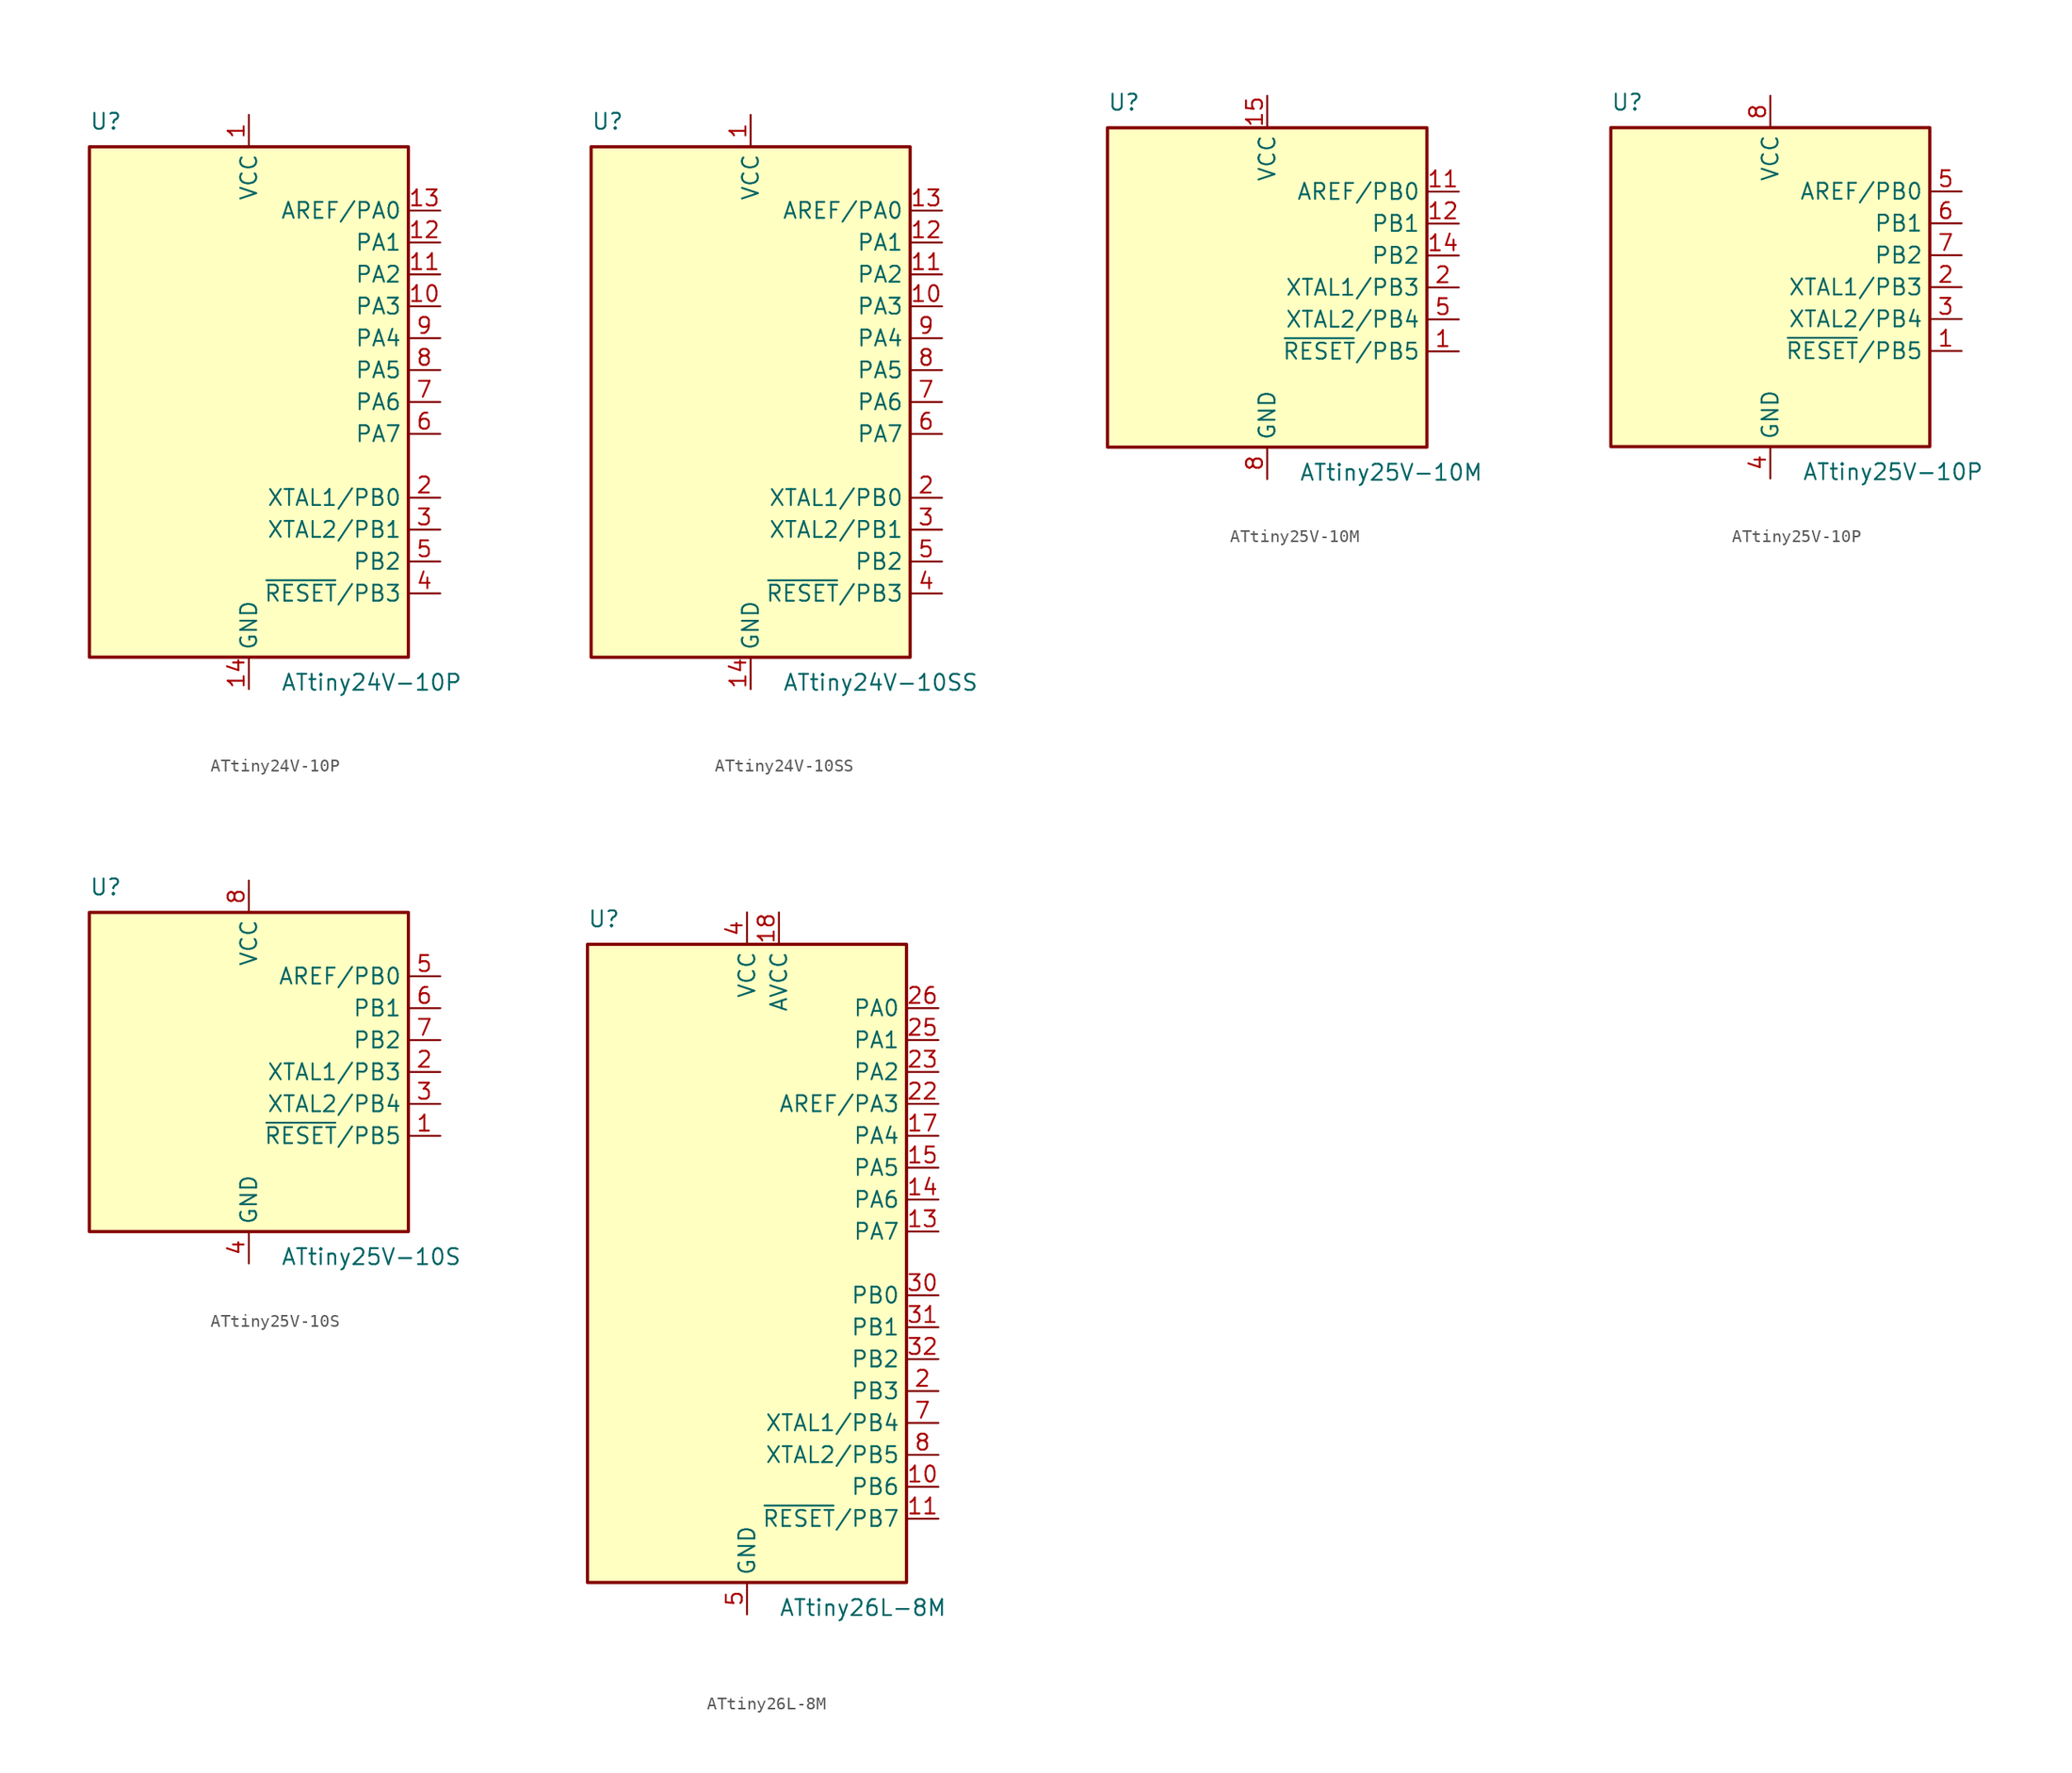
<source format=kicad_sym>
(kicad_symbol_lib
  (version 20201005)
  (generator kicad_symbol_editor)
  (symbol "ATtiny24V-10P"
    (property "Reference" "U"
      (at -12.7 21.59 0)
      (effects (font (size 1.27 1.27)) (justify left bottom)))
    (property "Value" "ATtiny24V-10P"
      (at 2.54 -21.59 0)
      (effects (font (size 1.27 1.27)) (justify left top)))
    (symbol "ATtiny24V-10P_0_1"
      (rectangle (start -12.7 -20.32) (end 12.7 20.32) (stroke (width 0.254)) (fill (type background))))
    (symbol "ATtiny24V-10P_1_1"
      (pin power_in line (at 0 22.86 270) (length 2.54) (name "VCC" (effects (font (size 1.27 1.27)))) (number "1" (effects (font (size 1.27 1.27)))))
      (pin bidirectional line (at 15.24 7.62 180) (length 2.54) (name "PA3" (effects (font (size 1.27 1.27)))) (number "10" (effects (font (size 1.27 1.27)))))
      (pin bidirectional line (at 15.24 10.16 180) (length 2.54) (name "PA2" (effects (font (size 1.27 1.27)))) (number "11" (effects (font (size 1.27 1.27)))))
      (pin bidirectional line (at 15.24 12.7 180) (length 2.54) (name "PA1" (effects (font (size 1.27 1.27)))) (number "12" (effects (font (size 1.27 1.27)))))
      (pin bidirectional line (at 15.24 15.24 180) (length 2.54) (name "AREF/PA0" (effects (font (size 1.27 1.27)))) (number "13" (effects (font (size 1.27 1.27)))))
      (pin power_in line (at 0 -22.86 90) (length 2.54) (name "GND" (effects (font (size 1.27 1.27)))) (number "14" (effects (font (size 1.27 1.27)))))
      (pin bidirectional line (at 15.24 -7.62 180) (length 2.54) (name "XTAL1/PB0" (effects (font (size 1.27 1.27)))) (number "2" (effects (font (size 1.27 1.27)))))
      (pin bidirectional line (at 15.24 -10.16 180) (length 2.54) (name "XTAL2/PB1" (effects (font (size 1.27 1.27)))) (number "3" (effects (font (size 1.27 1.27)))))
      (pin bidirectional line (at 15.24 -15.24 180) (length 2.54) (name "~RESET~/PB3" (effects (font (size 1.27 1.27)))) (number "4" (effects (font (size 1.27 1.27)))))
      (pin bidirectional line (at 15.24 -12.7 180) (length 2.54) (name "PB2" (effects (font (size 1.27 1.27)))) (number "5" (effects (font (size 1.27 1.27)))))
      (pin bidirectional line (at 15.24 -2.54 180) (length 2.54) (name "PA7" (effects (font (size 1.27 1.27)))) (number "6" (effects (font (size 1.27 1.27)))))
      (pin bidirectional line (at 15.24 0 180) (length 2.54) (name "PA6" (effects (font (size 1.27 1.27)))) (number "7" (effects (font (size 1.27 1.27)))))
      (pin bidirectional line (at 15.24 2.54 180) (length 2.54) (name "PA5" (effects (font (size 1.27 1.27)))) (number "8" (effects (font (size 1.27 1.27)))))
      (pin bidirectional line (at 15.24 5.08 180) (length 2.54) (name "PA4" (effects (font (size 1.27 1.27)))) (number "9" (effects (font (size 1.27 1.27)))))))
  (symbol "ATtiny24V-10SS"
    (property "Reference" "U"
      (at -12.7 21.59 0)
      (effects (font (size 1.27 1.27)) (justify left bottom)))
    (property "Value" "ATtiny24V-10SS"
      (at 2.54 -21.59 0)
      (effects (font (size 1.27 1.27)) (justify left top)))
    (symbol "ATtiny24V-10SS_0_1"
      (rectangle (start -12.7 -20.32) (end 12.7 20.32) (stroke (width 0.254)) (fill (type background))))
    (symbol "ATtiny24V-10SS_1_1"
      (pin power_in line (at 0 22.86 270) (length 2.54) (name "VCC" (effects (font (size 1.27 1.27)))) (number "1" (effects (font (size 1.27 1.27)))))
      (pin bidirectional line (at 15.24 7.62 180) (length 2.54) (name "PA3" (effects (font (size 1.27 1.27)))) (number "10" (effects (font (size 1.27 1.27)))))
      (pin bidirectional line (at 15.24 10.16 180) (length 2.54) (name "PA2" (effects (font (size 1.27 1.27)))) (number "11" (effects (font (size 1.27 1.27)))))
      (pin bidirectional line (at 15.24 12.7 180) (length 2.54) (name "PA1" (effects (font (size 1.27 1.27)))) (number "12" (effects (font (size 1.27 1.27)))))
      (pin bidirectional line (at 15.24 15.24 180) (length 2.54) (name "AREF/PA0" (effects (font (size 1.27 1.27)))) (number "13" (effects (font (size 1.27 1.27)))))
      (pin power_in line (at 0 -22.86 90) (length 2.54) (name "GND" (effects (font (size 1.27 1.27)))) (number "14" (effects (font (size 1.27 1.27)))))
      (pin bidirectional line (at 15.24 -7.62 180) (length 2.54) (name "XTAL1/PB0" (effects (font (size 1.27 1.27)))) (number "2" (effects (font (size 1.27 1.27)))))
      (pin bidirectional line (at 15.24 -10.16 180) (length 2.54) (name "XTAL2/PB1" (effects (font (size 1.27 1.27)))) (number "3" (effects (font (size 1.27 1.27)))))
      (pin bidirectional line (at 15.24 -15.24 180) (length 2.54) (name "~RESET~/PB3" (effects (font (size 1.27 1.27)))) (number "4" (effects (font (size 1.27 1.27)))))
      (pin bidirectional line (at 15.24 -12.7 180) (length 2.54) (name "PB2" (effects (font (size 1.27 1.27)))) (number "5" (effects (font (size 1.27 1.27)))))
      (pin bidirectional line (at 15.24 -2.54 180) (length 2.54) (name "PA7" (effects (font (size 1.27 1.27)))) (number "6" (effects (font (size 1.27 1.27)))))
      (pin bidirectional line (at 15.24 0 180) (length 2.54) (name "PA6" (effects (font (size 1.27 1.27)))) (number "7" (effects (font (size 1.27 1.27)))))
      (pin bidirectional line (at 15.24 2.54 180) (length 2.54) (name "PA5" (effects (font (size 1.27 1.27)))) (number "8" (effects (font (size 1.27 1.27)))))
      (pin bidirectional line (at 15.24 5.08 180) (length 2.54) (name "PA4" (effects (font (size 1.27 1.27)))) (number "9" (effects (font (size 1.27 1.27)))))))
  (symbol "ATtiny25V-10M"
    (property "Reference" "U"
      (at -12.7 13.97 0)
      (effects (font (size 1.27 1.27)) (justify left bottom)))
    (property "Value" "ATtiny25V-10M"
      (at 2.54 -13.97 0)
      (effects (font (size 1.27 1.27)) (justify left top)))
    (symbol "ATtiny25V-10M_0_1"
      (rectangle (start -12.7 -12.7) (end 12.7 12.7) (stroke (width 0.254)) (fill (type background))))
    (symbol "ATtiny25V-10M_1_1"
      (pin bidirectional line (at 15.24 -5.08 180) (length 2.54) (name "~RESET~/PB5" (effects (font (size 1.27 1.27)))) (number "1" (effects (font (size 1.27 1.27)))))
      (pin no_connect line (at -12.7 -2.54 0) (length 2.54) hide (name "NC" (effects (font (size 1.27 1.27)))) (number "10" (effects (font (size 1.27 1.27)))))
      (pin bidirectional line (at 15.24 7.62 180) (length 2.54) (name "AREF/PB0" (effects (font (size 1.27 1.27)))) (number "11" (effects (font (size 1.27 1.27)))))
      (pin bidirectional line (at 15.24 5.08 180) (length 2.54) (name "PB1" (effects (font (size 1.27 1.27)))) (number "12" (effects (font (size 1.27 1.27)))))
      (pin no_connect line (at -12.7 -5.08 0) (length 2.54) hide (name "NC" (effects (font (size 1.27 1.27)))) (number "13" (effects (font (size 1.27 1.27)))))
      (pin bidirectional line (at 15.24 2.54 180) (length 2.54) (name "PB2" (effects (font (size 1.27 1.27)))) (number "14" (effects (font (size 1.27 1.27)))))
      (pin power_in line (at 0 15.24 270) (length 2.54) (name "VCC" (effects (font (size 1.27 1.27)))) (number "15" (effects (font (size 1.27 1.27)))))
      (pin no_connect line (at -12.7 -7.62 0) (length 2.54) hide (name "NC" (effects (font (size 1.27 1.27)))) (number "16" (effects (font (size 1.27 1.27)))))
      (pin no_connect line (at -12.7 -10.16 0) (length 2.54) hide (name "NC" (effects (font (size 1.27 1.27)))) (number "17" (effects (font (size 1.27 1.27)))))
      (pin no_connect line (at -7.62 -12.7 90) (length 2.54) hide (name "NC" (effects (font (size 1.27 1.27)))) (number "18" (effects (font (size 1.27 1.27)))))
      (pin no_connect line (at -5.08 -12.7 90) (length 2.54) hide (name "NC" (effects (font (size 1.27 1.27)))) (number "19" (effects (font (size 1.27 1.27)))))
      (pin bidirectional line (at 15.24 0 180) (length 2.54) (name "XTAL1/PB3" (effects (font (size 1.27 1.27)))) (number "2" (effects (font (size 1.27 1.27)))))
      (pin no_connect line (at -2.54 -12.7 90) (length 2.54) hide (name "NC" (effects (font (size 1.27 1.27)))) (number "20" (effects (font (size 1.27 1.27)))))
      (pin passive line (at 0 -15.24 90) (length 2.54) hide (name "GND" (effects (font (size 1.27 1.27)))) (number "21" (effects (font (size 1.27 1.27)))))
      (pin no_connect line (at -12.7 10.16 0) (length 2.54) hide (name "NC" (effects (font (size 1.27 1.27)))) (number "3" (effects (font (size 1.27 1.27)))))
      (pin no_connect line (at -12.7 7.62 0) (length 2.54) hide (name "NC" (effects (font (size 1.27 1.27)))) (number "4" (effects (font (size 1.27 1.27)))))
      (pin bidirectional line (at 15.24 -2.54 180) (length 2.54) (name "XTAL2/PB4" (effects (font (size 1.27 1.27)))) (number "5" (effects (font (size 1.27 1.27)))))
      (pin no_connect line (at -12.7 5.08 0) (length 2.54) hide (name "NC" (effects (font (size 1.27 1.27)))) (number "6" (effects (font (size 1.27 1.27)))))
      (pin no_connect line (at -12.7 2.54 0) (length 2.54) hide (name "NC" (effects (font (size 1.27 1.27)))) (number "7" (effects (font (size 1.27 1.27)))))
      (pin power_in line (at 0 -15.24 90) (length 2.54) (name "GND" (effects (font (size 1.27 1.27)))) (number "8" (effects (font (size 1.27 1.27)))))
      (pin no_connect line (at -12.7 0 0) (length 2.54) hide (name "NC" (effects (font (size 1.27 1.27)))) (number "9" (effects (font (size 1.27 1.27)))))))
  (symbol "ATtiny25V-10P"
    (property "Reference" "U"
      (at -12.7 13.97 0)
      (effects (font (size 1.27 1.27)) (justify left bottom)))
    (property "Value" "ATtiny25V-10P"
      (at 2.54 -13.97 0)
      (effects (font (size 1.27 1.27)) (justify left top)))
    (symbol "ATtiny25V-10P_0_1"
      (rectangle (start -12.7 -12.7) (end 12.7 12.7) (stroke (width 0.254)) (fill (type background))))
    (symbol "ATtiny25V-10P_1_1"
      (pin bidirectional line (at 15.24 -5.08 180) (length 2.54) (name "~RESET~/PB5" (effects (font (size 1.27 1.27)))) (number "1" (effects (font (size 1.27 1.27)))))
      (pin bidirectional line (at 15.24 0 180) (length 2.54) (name "XTAL1/PB3" (effects (font (size 1.27 1.27)))) (number "2" (effects (font (size 1.27 1.27)))))
      (pin bidirectional line (at 15.24 -2.54 180) (length 2.54) (name "XTAL2/PB4" (effects (font (size 1.27 1.27)))) (number "3" (effects (font (size 1.27 1.27)))))
      (pin power_in line (at 0 -15.24 90) (length 2.54) (name "GND" (effects (font (size 1.27 1.27)))) (number "4" (effects (font (size 1.27 1.27)))))
      (pin bidirectional line (at 15.24 7.62 180) (length 2.54) (name "AREF/PB0" (effects (font (size 1.27 1.27)))) (number "5" (effects (font (size 1.27 1.27)))))
      (pin bidirectional line (at 15.24 5.08 180) (length 2.54) (name "PB1" (effects (font (size 1.27 1.27)))) (number "6" (effects (font (size 1.27 1.27)))))
      (pin bidirectional line (at 15.24 2.54 180) (length 2.54) (name "PB2" (effects (font (size 1.27 1.27)))) (number "7" (effects (font (size 1.27 1.27)))))
      (pin power_in line (at 0 15.24 270) (length 2.54) (name "VCC" (effects (font (size 1.27 1.27)))) (number "8" (effects (font (size 1.27 1.27)))))))
  (symbol "ATtiny25V-10S"
    (property "Reference" "U"
      (at -12.7 13.97 0)
      (effects (font (size 1.27 1.27)) (justify left bottom)))
    (property "Value" "ATtiny25V-10S"
      (at 2.54 -13.97 0)
      (effects (font (size 1.27 1.27)) (justify left top)))
    (symbol "ATtiny25V-10S_0_1"
      (rectangle (start -12.7 -12.7) (end 12.7 12.7) (stroke (width 0.254)) (fill (type background))))
    (symbol "ATtiny25V-10S_1_1"
      (pin bidirectional line (at 15.24 -5.08 180) (length 2.54) (name "~RESET~/PB5" (effects (font (size 1.27 1.27)))) (number "1" (effects (font (size 1.27 1.27)))))
      (pin bidirectional line (at 15.24 0 180) (length 2.54) (name "XTAL1/PB3" (effects (font (size 1.27 1.27)))) (number "2" (effects (font (size 1.27 1.27)))))
      (pin bidirectional line (at 15.24 -2.54 180) (length 2.54) (name "XTAL2/PB4" (effects (font (size 1.27 1.27)))) (number "3" (effects (font (size 1.27 1.27)))))
      (pin power_in line (at 0 -15.24 90) (length 2.54) (name "GND" (effects (font (size 1.27 1.27)))) (number "4" (effects (font (size 1.27 1.27)))))
      (pin bidirectional line (at 15.24 7.62 180) (length 2.54) (name "AREF/PB0" (effects (font (size 1.27 1.27)))) (number "5" (effects (font (size 1.27 1.27)))))
      (pin bidirectional line (at 15.24 5.08 180) (length 2.54) (name "PB1" (effects (font (size 1.27 1.27)))) (number "6" (effects (font (size 1.27 1.27)))))
      (pin bidirectional line (at 15.24 2.54 180) (length 2.54) (name "PB2" (effects (font (size 1.27 1.27)))) (number "7" (effects (font (size 1.27 1.27)))))
      (pin power_in line (at 0 15.24 270) (length 2.54) (name "VCC" (effects (font (size 1.27 1.27)))) (number "8" (effects (font (size 1.27 1.27)))))))
  (symbol "ATtiny26L-8M"
    (property "Reference" "U"
      (at -12.7 26.67 0)
      (effects (font (size 1.27 1.27)) (justify left bottom)))
    (property "Value" "ATtiny26L-8M"
      (at 2.54 -26.67 0)
      (effects (font (size 1.27 1.27)) (justify left top)))
    (symbol "ATtiny26L-8M_0_1"
      (rectangle (start -12.7 -25.4) (end 12.7 25.4) (stroke (width 0.254)) (fill (type background))))
    (symbol "ATtiny26L-8M_1_1"
      (pin no_connect line (at -12.7 5.08 0) (length 2.54) hide (name "NC" (effects (font (size 1.27 1.27)))) (number "1" (effects (font (size 1.27 1.27)))))
      (pin bidirectional line (at 15.24 -17.78 180) (length 2.54) (name "PB6" (effects (font (size 1.27 1.27)))) (number "10" (effects (font (size 1.27 1.27)))))
      (pin bidirectional line (at 15.24 -20.32 180) (length 2.54) (name "~RESET~/PB7" (effects (font (size 1.27 1.27)))) (number "11" (effects (font (size 1.27 1.27)))))
      (pin no_connect line (at -12.7 -5.08 0) (length 2.54) hide (name "NC" (effects (font (size 1.27 1.27)))) (number "12" (effects (font (size 1.27 1.27)))))
      (pin bidirectional line (at 15.24 2.54 180) (length 2.54) (name "PA7" (effects (font (size 1.27 1.27)))) (number "13" (effects (font (size 1.27 1.27)))))
      (pin bidirectional line (at 15.24 5.08 180) (length 2.54) (name "PA6" (effects (font (size 1.27 1.27)))) (number "14" (effects (font (size 1.27 1.27)))))
      (pin bidirectional line (at 15.24 7.62 180) (length 2.54) (name "PA5" (effects (font (size 1.27 1.27)))) (number "15" (effects (font (size 1.27 1.27)))))
      (pin no_connect line (at -12.7 -7.62 0) (length 2.54) hide (name "NC" (effects (font (size 1.27 1.27)))) (number "16" (effects (font (size 1.27 1.27)))))
      (pin bidirectional line (at 15.24 10.16 180) (length 2.54) (name "PA4" (effects (font (size 1.27 1.27)))) (number "17" (effects (font (size 1.27 1.27)))))
      (pin power_in line (at 2.54 27.94 270) (length 2.54) (name "AVCC" (effects (font (size 1.27 1.27)))) (number "18" (effects (font (size 1.27 1.27)))))
      (pin no_connect line (at -12.7 -10.16 0) (length 2.54) hide (name "NC" (effects (font (size 1.27 1.27)))) (number "19" (effects (font (size 1.27 1.27)))))
      (pin bidirectional line (at 15.24 -10.16 180) (length 2.54) (name "PB3" (effects (font (size 1.27 1.27)))) (number "2" (effects (font (size 1.27 1.27)))))
      (pin no_connect line (at -12.7 -12.7 0) (length 2.54) hide (name "NC" (effects (font (size 1.27 1.27)))) (number "20" (effects (font (size 1.27 1.27)))))
      (pin passive line (at 0 -27.94 90) (length 2.54) hide (name "GND" (effects (font (size 1.27 1.27)))) (number "21" (effects (font (size 1.27 1.27)))))
      (pin bidirectional line (at 15.24 12.7 180) (length 2.54) (name "AREF/PA3" (effects (font (size 1.27 1.27)))) (number "22" (effects (font (size 1.27 1.27)))))
      (pin bidirectional line (at 15.24 15.24 180) (length 2.54) (name "PA2" (effects (font (size 1.27 1.27)))) (number "23" (effects (font (size 1.27 1.27)))))
      (pin no_connect line (at -12.7 -15.24 0) (length 2.54) hide (name "NC" (effects (font (size 1.27 1.27)))) (number "24" (effects (font (size 1.27 1.27)))))
      (pin bidirectional line (at 15.24 17.78 180) (length 2.54) (name "PA1" (effects (font (size 1.27 1.27)))) (number "25" (effects (font (size 1.27 1.27)))))
      (pin bidirectional line (at 15.24 20.32 180) (length 2.54) (name "PA0" (effects (font (size 1.27 1.27)))) (number "26" (effects (font (size 1.27 1.27)))))
      (pin no_connect line (at -12.7 -17.78 0) (length 2.54) hide (name "NC" (effects (font (size 1.27 1.27)))) (number "27" (effects (font (size 1.27 1.27)))))
      (pin no_connect line (at -12.7 -20.32 0) (length 2.54) hide (name "NC" (effects (font (size 1.27 1.27)))) (number "28" (effects (font (size 1.27 1.27)))))
      (pin no_connect line (at -12.7 -22.86 0) (length 2.54) hide (name "NC" (effects (font (size 1.27 1.27)))) (number "29" (effects (font (size 1.27 1.27)))))
      (pin no_connect line (at -12.7 2.54 0) (length 2.54) hide (name "NC" (effects (font (size 1.27 1.27)))) (number "3" (effects (font (size 1.27 1.27)))))
      (pin bidirectional line (at 15.24 -2.54 180) (length 2.54) (name "PB0" (effects (font (size 1.27 1.27)))) (number "30" (effects (font (size 1.27 1.27)))))
      (pin bidirectional line (at 15.24 -5.08 180) (length 2.54) (name "PB1" (effects (font (size 1.27 1.27)))) (number "31" (effects (font (size 1.27 1.27)))))
      (pin bidirectional line (at 15.24 -7.62 180) (length 2.54) (name "PB2" (effects (font (size 1.27 1.27)))) (number "32" (effects (font (size 1.27 1.27)))))
      (pin passive line (at 0 -27.94 90) (length 2.54) hide (name "GND" (effects (font (size 1.27 1.27)))) (number "33" (effects (font (size 1.27 1.27)))))
      (pin power_in line (at 0 27.94 270) (length 2.54) (name "VCC" (effects (font (size 1.27 1.27)))) (number "4" (effects (font (size 1.27 1.27)))))
      (pin power_in line (at 0 -27.94 90) (length 2.54) (name "GND" (effects (font (size 1.27 1.27)))) (number "5" (effects (font (size 1.27 1.27)))))
      (pin no_connect line (at -12.7 0 0) (length 2.54) hide (name "NC" (effects (font (size 1.27 1.27)))) (number "6" (effects (font (size 1.27 1.27)))))
      (pin bidirectional line (at 15.24 -12.7 180) (length 2.54) (name "XTAL1/PB4" (effects (font (size 1.27 1.27)))) (number "7" (effects (font (size 1.27 1.27)))))
      (pin bidirectional line (at 15.24 -15.24 180) (length 2.54) (name "XTAL2/PB5" (effects (font (size 1.27 1.27)))) (number "8" (effects (font (size 1.27 1.27)))))
      (pin no_connect line (at -12.7 -2.54 0) (length 2.54) hide (name "NC" (effects (font (size 1.27 1.27)))) (number "9" (effects (font (size 1.27 1.27))))))))
</source>
